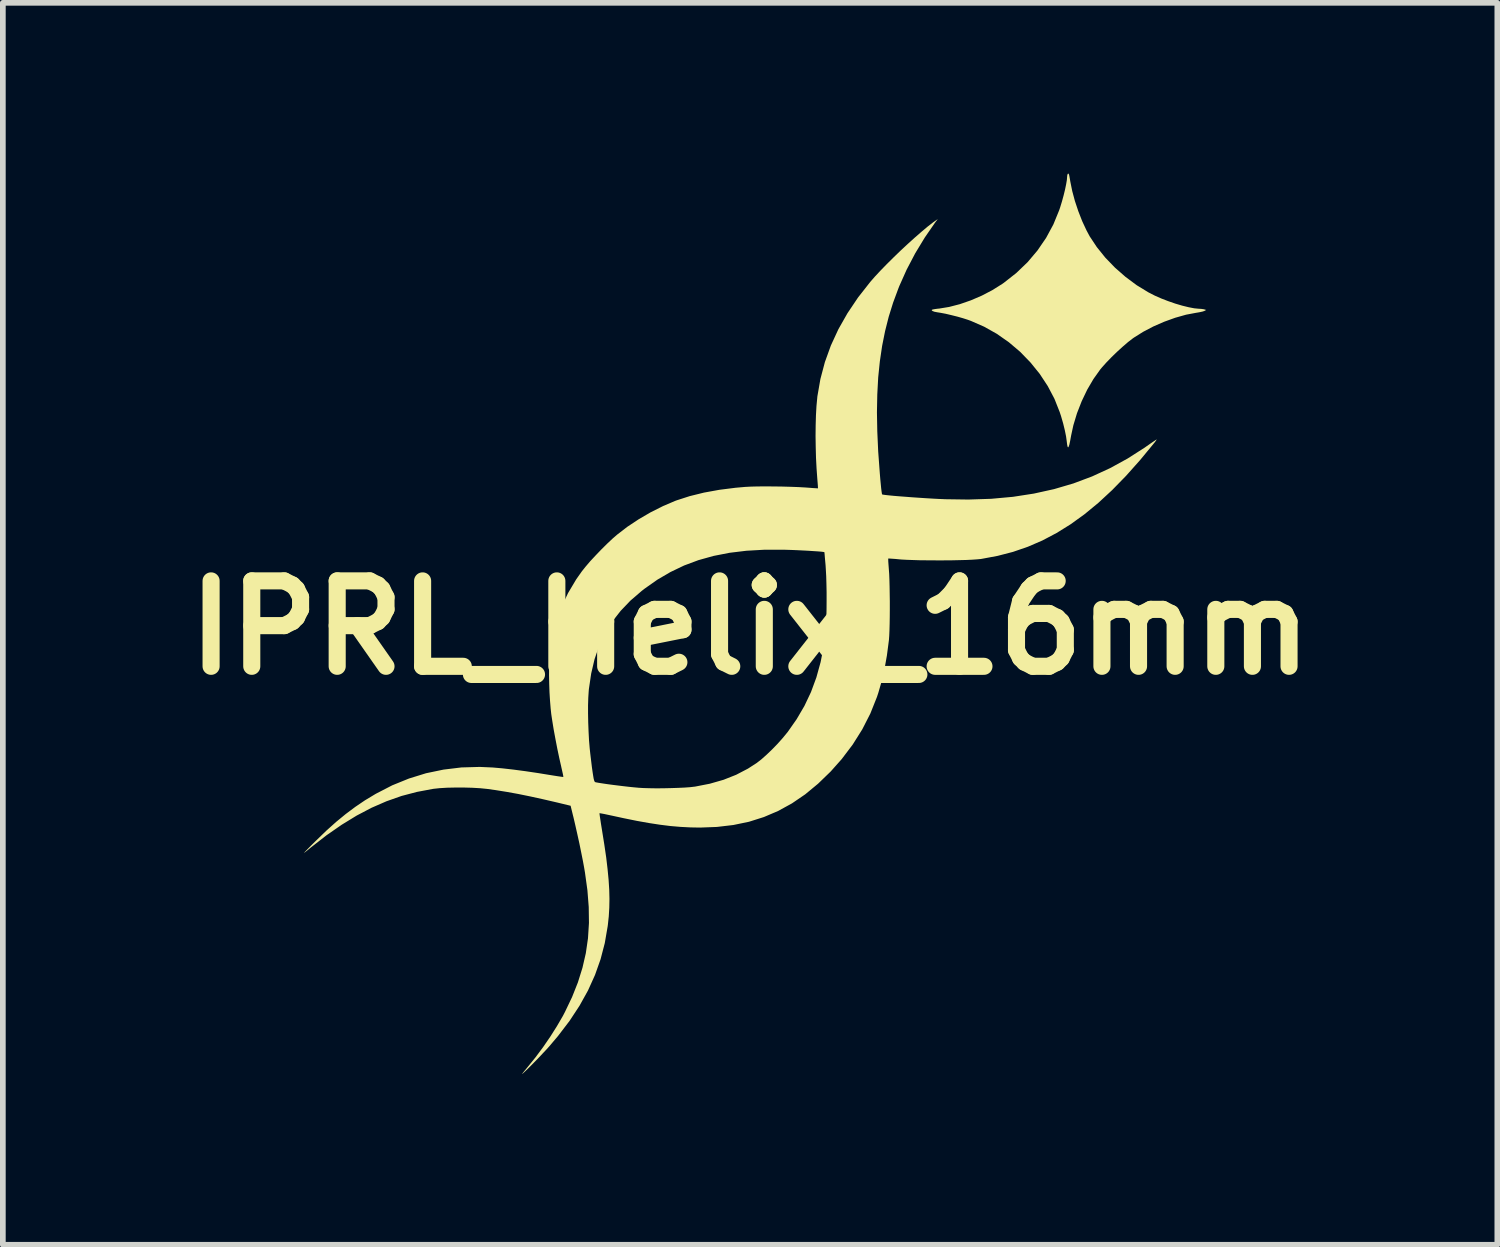
<source format=kicad_pcb>
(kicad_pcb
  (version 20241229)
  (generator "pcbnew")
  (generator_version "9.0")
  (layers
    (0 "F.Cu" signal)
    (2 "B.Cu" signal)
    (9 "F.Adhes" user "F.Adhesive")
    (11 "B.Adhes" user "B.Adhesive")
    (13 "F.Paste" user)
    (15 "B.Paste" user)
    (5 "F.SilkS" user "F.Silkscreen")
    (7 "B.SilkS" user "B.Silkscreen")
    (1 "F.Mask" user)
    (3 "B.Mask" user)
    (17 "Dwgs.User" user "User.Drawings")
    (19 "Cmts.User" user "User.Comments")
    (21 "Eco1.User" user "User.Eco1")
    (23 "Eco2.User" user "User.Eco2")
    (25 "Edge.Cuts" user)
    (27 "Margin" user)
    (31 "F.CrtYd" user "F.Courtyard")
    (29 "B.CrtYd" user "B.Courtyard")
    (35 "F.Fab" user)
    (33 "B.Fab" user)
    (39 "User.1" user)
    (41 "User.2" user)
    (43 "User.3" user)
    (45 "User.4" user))
  (footprint "IPRL_Helix_16mm"
    (layer "F.Cu")
    (at 10.121 7.972)
    (property "Reference" "IPRL_Helix_16mm" (at 0 0 0) (layer "F.SilkS") (effects (font (size 1.5 1.5) (thickness 0.3))))
    (attr board_only exclude_from_pos_files exclude_from_bom)
    (fp_poly (pts (xy 5.601 -7.956) (xy 5.607 -7.929) (xy 5.615 -7.884) (xy 5.624 -7.831) (xy 5.624 -7.831) (xy 5.657 -7.668) (xy 5.704 -7.493) (xy 5.764 -7.313) (xy 5.832 -7.139) (xy 5.907 -6.978) (xy 5.963 -6.873) (xy 6.089 -6.683) (xy 6.238 -6.498) (xy 6.408 -6.322) (xy 6.593 -6.16) (xy 6.789 -6.014) (xy 6.992 -5.89) (xy 7.107 -5.831) (xy 7.22 -5.781) (xy 7.342 -5.734) (xy 7.466 -5.691) (xy 7.588 -5.655) (xy 7.702 -5.627) (xy 7.801 -5.608) (xy 7.873 -5.601) (xy 7.922 -5.598) (xy 7.964 -5.592) (xy 7.973 -5.59) (xy 8.009 -5.579) (xy 7.978 -5.562) (xy 7.949 -5.552) (xy 7.901 -5.541) (xy 7.844 -5.531) (xy 7.836 -5.53) (xy 7.656 -5.496) (xy 7.465 -5.442) (xy 7.271 -5.372) (xy 7.081 -5.289) (xy 6.902 -5.195) (xy 6.741 -5.094) (xy 6.721 -5.08) (xy 6.638 -5.016) (xy 6.544 -4.935) (xy 6.444 -4.844) (xy 6.346 -4.749) (xy 6.256 -4.656) (xy 6.179 -4.57) (xy 6.149 -4.534) (xy 6.03 -4.367) (xy 5.92 -4.179) (xy 5.823 -3.976) (xy 5.741 -3.766) (xy 5.677 -3.554) (xy 5.638 -3.375) (xy 5.621 -3.281) (xy 5.607 -3.215) (xy 5.594 -3.177) (xy 5.584 -3.165) (xy 5.575 -3.18) (xy 5.567 -3.221) (xy 5.561 -3.271) (xy 5.549 -3.359) (xy 5.527 -3.467) (xy 5.498 -3.586) (xy 5.462 -3.711) (xy 5.437 -3.787) (xy 5.345 -4.019) (xy 5.227 -4.243) (xy 5.086 -4.457) (xy 4.924 -4.657) (xy 4.744 -4.843) (xy 4.546 -5.011) (xy 4.335 -5.159) (xy 4.111 -5.285) (xy 3.878 -5.387) (xy 3.823 -5.407) (xy 3.739 -5.434) (xy 3.641 -5.462) (xy 3.537 -5.488) (xy 3.436 -5.512) (xy 3.346 -5.529) (xy 3.289 -5.538) (xy 3.237 -5.548) (xy 3.203 -5.561) (xy 3.189 -5.575) (xy 3.193 -5.582) (xy 3.21 -5.588) (xy 3.249 -5.595) (xy 3.301 -5.602) (xy 3.318 -5.603) (xy 3.495 -5.632) (xy 3.684 -5.681) (xy 3.877 -5.748) (xy 4.07 -5.831) (xy 4.254 -5.927) (xy 4.426 -6.035) (xy 4.455 -6.055) (xy 4.676 -6.229) (xy 4.874 -6.419) (xy 5.048 -6.625) (xy 5.199 -6.846) (xy 5.326 -7.081) (xy 5.428 -7.33) (xy 5.445 -7.38) (xy 5.477 -7.485) (xy 5.506 -7.591) (xy 5.531 -7.693) (xy 5.55 -7.785) (xy 5.563 -7.861) (xy 5.567 -7.914) (xy 5.571 -7.951) (xy 5.581 -7.972) (xy 5.593 -7.972)) (stroke (width 0) (type solid)) (fill yes) (layer "F.SilkS"))
    (fp_poly (pts (xy 3.248 -7.112) (xy 3.068 -6.851) (xy 2.9 -6.574) (xy 2.749 -6.286) (xy 2.62 -5.997) (xy 2.602 -5.951) (xy 2.512 -5.708) (xy 2.435 -5.461) (xy 2.371 -5.208) (xy 2.319 -4.948) (xy 2.279 -4.677) (xy 2.25 -4.394) (xy 2.234 -4.096) (xy 2.228 -3.782) (xy 2.234 -3.448) (xy 2.25 -3.094) (xy 2.278 -2.715) (xy 2.287 -2.605) (xy 2.295 -2.523) (xy 2.302 -2.45) (xy 2.309 -2.393) (xy 2.315 -2.354) (xy 2.319 -2.34) (xy 2.336 -2.336) (xy 2.378 -2.33) (xy 2.442 -2.323) (xy 2.524 -2.315) (xy 2.62 -2.307) (xy 2.727 -2.299) (xy 2.842 -2.29) (xy 2.96 -2.282) (xy 3.08 -2.274) (xy 3.196 -2.267) (xy 3.306 -2.261) (xy 3.406 -2.257) (xy 3.412 -2.256) (xy 3.832 -2.25) (xy 4.233 -2.263) (xy 4.617 -2.298) (xy 4.985 -2.355) (xy 5.338 -2.433) (xy 5.678 -2.533) (xy 6.006 -2.656) (xy 6.323 -2.802) (xy 6.631 -2.971) (xy 6.931 -3.163) (xy 6.966 -3.188) (xy 7.025 -3.229) (xy 7.076 -3.264) (xy 7.115 -3.29) (xy 7.136 -3.305) (xy 7.137 -3.305) (xy 7.138 -3.301) (xy 7.124 -3.279) (xy 7.098 -3.245) (xy 6.848 -2.942) (xy 6.602 -2.666) (xy 6.358 -2.416) (xy 6.116 -2.192) (xy 5.873 -1.992) (xy 5.629 -1.816) (xy 5.383 -1.663) (xy 5.133 -1.531) (xy 4.878 -1.421) (xy 4.617 -1.331) (xy 4.347 -1.261) (xy 4.069 -1.209) (xy 4.051 -1.206) (xy 3.989 -1.2) (xy 3.903 -1.194) (xy 3.797 -1.189) (xy 3.675 -1.186) (xy 3.542 -1.183) (xy 3.402 -1.182) (xy 3.26 -1.182) (xy 3.119 -1.183) (xy 2.984 -1.184) (xy 2.859 -1.188) (xy 2.748 -1.192) (xy 2.656 -1.197) (xy 2.622 -1.2) (xy 2.551 -1.207) (xy 2.492 -1.211) (xy 2.449 -1.214) (xy 2.428 -1.214) (xy 2.426 -1.214) (xy 2.426 -1.199) (xy 2.427 -1.161) (xy 2.431 -1.105) (xy 2.436 -1.038) (xy 2.437 -1.025) (xy 2.443 -0.943) (xy 2.447 -0.842) (xy 2.45 -0.725) (xy 2.452 -0.596) (xy 2.454 -0.462) (xy 2.454 -0.326) (xy 2.453 -0.193) (xy 2.451 -0.068) (xy 2.448 0.044) (xy 2.444 0.139) (xy 2.439 0.211) (xy 2.437 0.228) (xy 2.403 0.488) (xy 2.361 0.725) (xy 2.31 0.944) (xy 2.251 1.148) (xy 2.228 1.217) (xy 2.112 1.508) (xy 1.97 1.786) (xy 1.802 2.053) (xy 1.609 2.308) (xy 1.416 2.525) (xy 1.195 2.739) (xy 0.969 2.926) (xy 0.736 3.085) (xy 0.494 3.218) (xy 0.243 3.325) (xy -0.019 3.408) (xy -0.294 3.465) (xy -0.583 3.499) (xy -0.876 3.51) (xy -1.048 3.507) (xy -1.221 3.498) (xy -1.398 3.483) (xy -1.582 3.46) (xy -1.778 3.43) (xy -1.99 3.392) (xy -2.221 3.345) (xy -2.419 3.302) (xy -2.494 3.286) (xy -2.559 3.272) (xy -2.608 3.263) (xy -2.638 3.258) (xy -2.644 3.258) (xy -2.643 3.273) (xy -2.638 3.312) (xy -2.629 3.37) (xy -2.618 3.444) (xy -2.604 3.53) (xy -2.599 3.561) (xy -2.559 3.811) (xy -2.526 4.036) (xy -2.502 4.241) (xy -2.484 4.429) (xy -2.473 4.602) (xy -2.469 4.764) (xy -2.472 4.919) (xy -2.481 5.069) (xy -2.497 5.218) (xy -2.501 5.247) (xy -2.551 5.538) (xy -2.625 5.822) (xy -2.723 6.099) (xy -2.846 6.371) (xy -2.995 6.639) (xy -3.17 6.905) (xy -3.373 7.171) (xy -3.528 7.354) (xy -3.571 7.402) (xy -3.623 7.457) (xy -3.679 7.517) (xy -3.738 7.579) (xy -3.798 7.64) (xy -3.854 7.697) (xy -3.905 7.748) (xy -3.949 7.79) (xy -3.981 7.82) (xy -4 7.836) (xy -4.003 7.835) (xy -4 7.831) (xy -3.981 7.807) (xy -3.95 7.769) (xy -3.912 7.723) (xy -3.9 7.708) (xy -3.767 7.544) (xy -3.634 7.365) (xy -3.507 7.18) (xy -3.39 6.995) (xy -3.287 6.818) (xy -3.25 6.747) (xy -3.125 6.485) (xy -3.023 6.228) (xy -2.943 5.972) (xy -2.884 5.716) (xy -2.846 5.454) (xy -2.829 5.185) (xy -2.833 4.905) (xy -2.856 4.611) (xy -2.899 4.3) (xy -2.913 4.217) (xy -2.936 4.092) (xy -2.965 3.947) (xy -2.997 3.79) (xy -3.033 3.627) (xy -3.069 3.467) (xy -3.104 3.317) (xy -3.105 3.315) (xy -3.151 3.127) (xy -3.387 3.07) (xy -3.637 3.012) (xy -3.865 2.962) (xy -4.076 2.919) (xy -4.276 2.883) (xy -4.469 2.852) (xy -4.62 2.831) (xy -4.74 2.819) (xy -4.878 2.811) (xy -5.025 2.807) (xy -5.174 2.807) (xy -5.319 2.81) (xy -5.451 2.818) (xy -5.563 2.83) (xy -5.574 2.832) (xy -5.85 2.884) (xy -6.12 2.955) (xy -6.384 3.048) (xy -6.646 3.162) (xy -6.907 3.299) (xy -7.17 3.46) (xy -7.437 3.645) (xy -7.709 3.857) (xy -7.76 3.899) (xy -7.797 3.929) (xy -7.821 3.948) (xy -7.831 3.954) (xy -7.825 3.945) (xy -7.802 3.921) (xy -7.762 3.88) (xy -7.704 3.821) (xy -7.626 3.744) (xy -7.624 3.742) (xy -7.442 3.566) (xy -7.269 3.411) (xy -7.101 3.273) (xy -6.934 3.148) (xy -6.763 3.032) (xy -6.582 2.923) (xy -6.568 2.915) (xy -6.283 2.768) (xy -5.99 2.649) (xy -5.69 2.556) (xy -5.382 2.492) (xy -5.068 2.454) (xy -4.747 2.445) (xy -4.52 2.455) (xy -4.349 2.47) (xy -4.155 2.492) (xy -3.944 2.52) (xy -3.722 2.553) (xy -3.532 2.584) (xy -3.451 2.597) (xy -3.381 2.608) (xy -3.326 2.616) (xy -3.29 2.621) (xy -3.279 2.621) (xy -3.28 2.607) (xy -3.287 2.57) (xy -3.299 2.516) (xy -3.314 2.45) (xy -3.316 2.44) (xy -3.35 2.29) (xy -3.385 2.124) (xy -3.418 1.953) (xy -3.449 1.785) (xy -3.474 1.63) (xy -3.489 1.531) (xy -3.492 1.508) (xy -2.845 1.508) (xy -2.842 1.663) (xy -2.836 1.821) (xy -2.828 1.975) (xy -2.816 2.118) (xy -2.806 2.211) (xy -2.79 2.344) (xy -2.777 2.452) (xy -2.765 2.536) (xy -2.755 2.601) (xy -2.747 2.648) (xy -2.739 2.68) (xy -2.731 2.7) (xy -2.723 2.71) (xy -2.72 2.712) (xy -2.699 2.717) (xy -2.654 2.725) (xy -2.59 2.735) (xy -2.51 2.747) (xy -2.42 2.759) (xy -2.324 2.771) (xy -2.226 2.783) (xy -2.131 2.794) (xy -2.042 2.803) (xy -1.965 2.81) (xy -1.958 2.811) (xy -1.871 2.816) (xy -1.765 2.819) (xy -1.646 2.821) (xy -1.519 2.82) (xy -1.391 2.817) (xy -1.267 2.813) (xy -1.153 2.808) (xy -1.055 2.801) (xy -0.979 2.792) (xy -0.968 2.791) (xy -0.707 2.74) (xy -0.466 2.671) (xy -0.244 2.583) (xy -0.037 2.475) (xy 0.119 2.374) (xy 0.2 2.311) (xy 0.291 2.23) (xy 0.388 2.137) (xy 0.484 2.038) (xy 0.574 1.937) (xy 0.652 1.842) (xy 0.659 1.834) (xy 0.818 1.607) (xy 0.955 1.373) (xy 1.07 1.13) (xy 1.164 0.875) (xy 1.239 0.604) (xy 1.296 0.314) (xy 1.319 0.147) (xy 1.328 0.059) (xy 1.335 -0.052) (xy 1.34 -0.181) (xy 1.343 -0.322) (xy 1.344 -0.471) (xy 1.344 -0.621) (xy 1.341 -0.768) (xy 1.337 -0.906) (xy 1.33 -1.03) (xy 1.326 -1.096) (xy 1.319 -1.173) (xy 1.313 -1.239) (xy 1.309 -1.29) (xy 1.306 -1.32) (xy 1.305 -1.326) (xy 1.288 -1.33) (xy 1.247 -1.335) (xy 1.187 -1.34) (xy 1.109 -1.345) (xy 1.02 -1.351) (xy 0.924 -1.356) (xy 0.823 -1.361) (xy 0.723 -1.365) (xy 0.627 -1.368) (xy 0.591 -1.369) (xy 0.254 -1.369) (xy -0.063 -1.351) (xy -0.36 -1.315) (xy -0.641 -1.26) (xy -0.906 -1.186) (xy -1.158 -1.092) (xy -1.398 -0.977) (xy -1.629 -0.842) (xy -1.852 -0.685) (xy -1.901 -0.647) (xy -2.1 -0.476) (xy -2.273 -0.295) (xy -2.422 -0.104) (xy -2.547 0.101) (xy -2.65 0.319) (xy -2.731 0.554) (xy -2.79 0.806) (xy -2.83 1.077) (xy -2.834 1.123) (xy -2.841 1.232) (xy -2.845 1.362) (xy -2.845 1.508) (xy -3.492 1.508) (xy -3.502 1.414) (xy -3.513 1.279) (xy -3.522 1.134) (xy -3.527 0.983) (xy -3.53 0.835) (xy -3.529 0.696) (xy -3.525 0.571) (xy -3.517 0.472) (xy -3.475 0.183) (xy -3.407 -0.093) (xy -3.315 -0.356) (xy -3.196 -0.608) (xy -3.052 -0.85) (xy -2.954 -0.989) (xy -2.887 -1.073) (xy -2.804 -1.17) (xy -2.708 -1.273) (xy -2.607 -1.378) (xy -2.505 -1.479) (xy -2.407 -1.571) (xy -2.335 -1.633) (xy -2.156 -1.771) (xy -1.957 -1.903) (xy -1.746 -2.026) (xy -1.529 -2.135) (xy -1.316 -2.226) (xy -1.289 -2.236) (xy -1.06 -2.31) (xy -0.809 -2.372) (xy -0.539 -2.421) (xy -0.255 -2.457) (xy -0.085 -2.472) (xy 0.012 -2.477) (xy 0.132 -2.48) (xy 0.268 -2.481) (xy 0.414 -2.48) (xy 0.563 -2.478) (xy 0.71 -2.474) (xy 0.847 -2.469) (xy 0.97 -2.462) (xy 1.039 -2.457) (xy 1.101 -2.452) (xy 1.151 -2.449) (xy 1.183 -2.447) (xy 1.192 -2.447) (xy 1.192 -2.462) (xy 1.19 -2.499) (xy 1.186 -2.553) (xy 1.181 -2.613) (xy 1.168 -2.791) (xy 1.158 -2.98) (xy 1.153 -3.173) (xy 1.15 -3.366) (xy 1.152 -3.553) (xy 1.157 -3.73) (xy 1.166 -3.89) (xy 1.179 -4.028) (xy 1.182 -4.061) (xy 1.235 -4.366) (xy 1.314 -4.664) (xy 1.419 -4.955) (xy 1.551 -5.241) (xy 1.71 -5.521) (xy 1.896 -5.798) (xy 2.111 -6.072) (xy 2.111 -6.072) (xy 2.193 -6.166) (xy 2.291 -6.271) (xy 2.401 -6.384) (xy 2.52 -6.502) (xy 2.644 -6.622) (xy 2.77 -6.739) (xy 2.893 -6.85) (xy 3.01 -6.952) (xy 3.117 -7.042) (xy 3.211 -7.115) (xy 3.246 -7.14) (xy 3.296 -7.175)) (stroke (width 0) (type solid)) (fill yes) (layer "F.SilkS")))
  (gr_rect
    (start -3 -3)
    (end 23.243 18.808)
    (stroke (width 0.1) (type default))
    (fill no)
    (layer "Edge.Cuts")))
</source>
